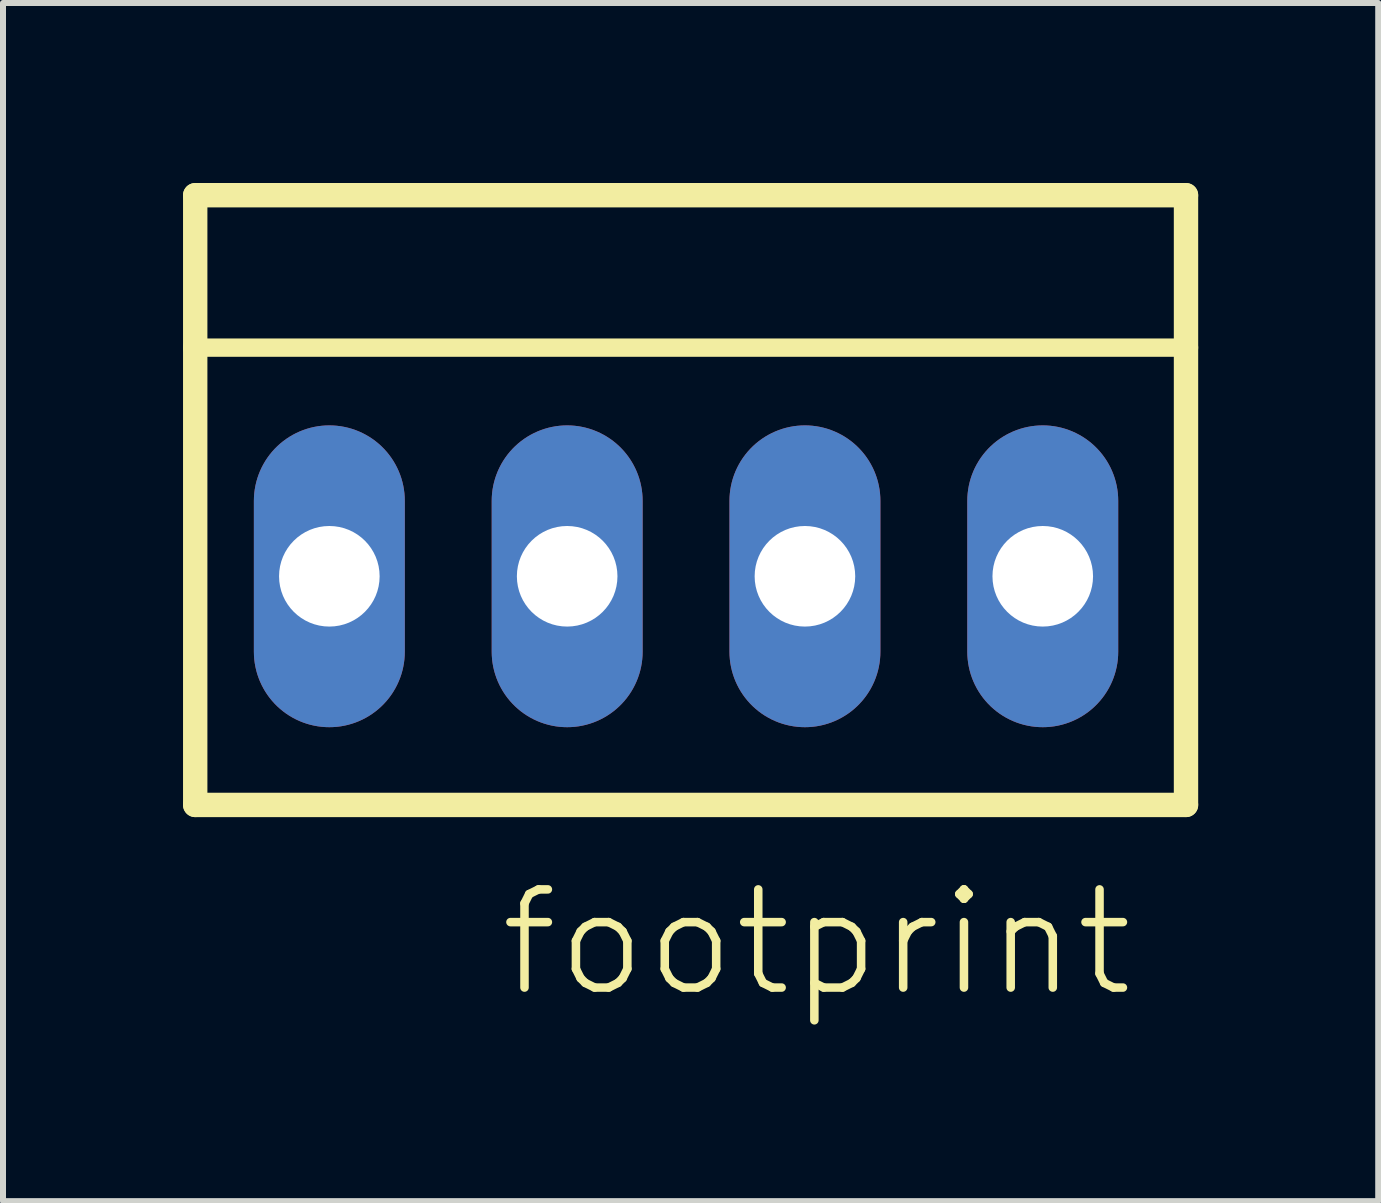
<source format=kicad_pcb>
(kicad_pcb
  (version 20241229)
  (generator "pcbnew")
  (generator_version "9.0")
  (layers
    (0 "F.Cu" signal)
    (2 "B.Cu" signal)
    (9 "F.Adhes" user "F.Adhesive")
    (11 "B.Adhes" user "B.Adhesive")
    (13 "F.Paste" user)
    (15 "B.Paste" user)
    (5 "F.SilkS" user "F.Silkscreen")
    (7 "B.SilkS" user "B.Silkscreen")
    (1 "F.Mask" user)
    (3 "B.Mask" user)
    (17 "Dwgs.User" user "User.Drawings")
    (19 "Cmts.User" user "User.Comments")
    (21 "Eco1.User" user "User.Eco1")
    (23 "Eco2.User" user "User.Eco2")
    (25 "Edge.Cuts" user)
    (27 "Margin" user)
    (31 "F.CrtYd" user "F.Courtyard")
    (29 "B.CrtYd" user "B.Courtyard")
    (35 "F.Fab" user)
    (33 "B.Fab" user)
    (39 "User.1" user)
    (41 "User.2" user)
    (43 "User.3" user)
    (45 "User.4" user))
  (footprint "footprint"
    (layer "F.Cu")
    (at 8.382 6.553)
    (property "Reference" "footprint" (at -3.175 7.061 0) (layer "F.SilkS") (effects (font (size 1.636 1.636) (thickness 0.142)) (justify left bottom)))
    (fp_line (start -8.179 -6.35) (end 8.331 -6.35) (stroke (width 0.406) (type solid)) (layer "F.SilkS"))
    (fp_line (start -8.179 -3.81) (end -8.179 -6.35) (stroke (width 0.406) (type solid)) (layer "F.SilkS"))
    (fp_line (start -8.179 -3.81) (end 8.331 -3.81) (stroke (width 0.305) (type solid)) (layer "F.SilkS"))
    (fp_line (start -8.179 3.81) (end -8.179 -3.81) (stroke (width 0.406) (type solid)) (layer "F.SilkS"))
    (fp_line (start -8.179 3.81) (end 8.331 3.81) (stroke (width 0.406) (type solid)) (layer "F.SilkS"))
    (fp_line (start 8.331 -6.35) (end 8.331 -3.81) (stroke (width 0.406) (type solid)) (layer "F.SilkS"))
    (fp_line (start 8.331 -3.81) (end 8.331 3.81) (stroke (width 0.406) (type solid)) (layer "F.SilkS"))
    (fp_poly (pts (xy -6.452 0.508) (xy -5.436 0.508) (xy -5.436 -0.508) (xy -6.452 -0.508)) (stroke (width 0) (type solid)) (fill yes) (layer "F.SilkS"))
    (fp_poly (pts (xy -2.489 0.508) (xy -1.473 0.508) (xy -1.473 -0.508) (xy -2.489 -0.508)) (stroke (width 0) (type solid)) (fill yes) (layer "F.SilkS"))
    (fp_poly (pts (xy 1.473 0.508) (xy 2.489 0.508) (xy 2.489 -0.508) (xy 1.473 -0.508)) (stroke (width 0) (type solid)) (fill yes) (layer "F.SilkS"))
    (fp_poly (pts (xy 5.436 0.508) (xy 6.452 0.508) (xy 6.452 -0.508) (xy 5.436 -0.508)) (stroke (width 0) (type solid)) (fill yes) (layer "F.SilkS"))
    (pad "1" thru_hole oval (at 5.944 0 90) (size 5.029 2.515) (drill 1.676) (layers "*.Cu" "*.Mask"))
    (pad "2" thru_hole oval (at 1.981 0 90) (size 5.029 2.515) (drill 1.676) (layers "*.Cu" "*.Mask"))
    (pad "3" thru_hole oval (at -1.981 0 90) (size 5.029 2.515) (drill 1.676) (layers "*.Cu" "*.Mask"))
    (pad "4" thru_hole oval (at -5.944 0 90) (size 5.029 2.515) (drill 1.676) (layers "*.Cu" "*.Mask")))
  (gr_rect
    (start -3 -3)
    (end 19.916 16.965)
    (stroke (width 0.1) (type default))
    (fill no)
    (layer "Edge.Cuts")))
</source>
